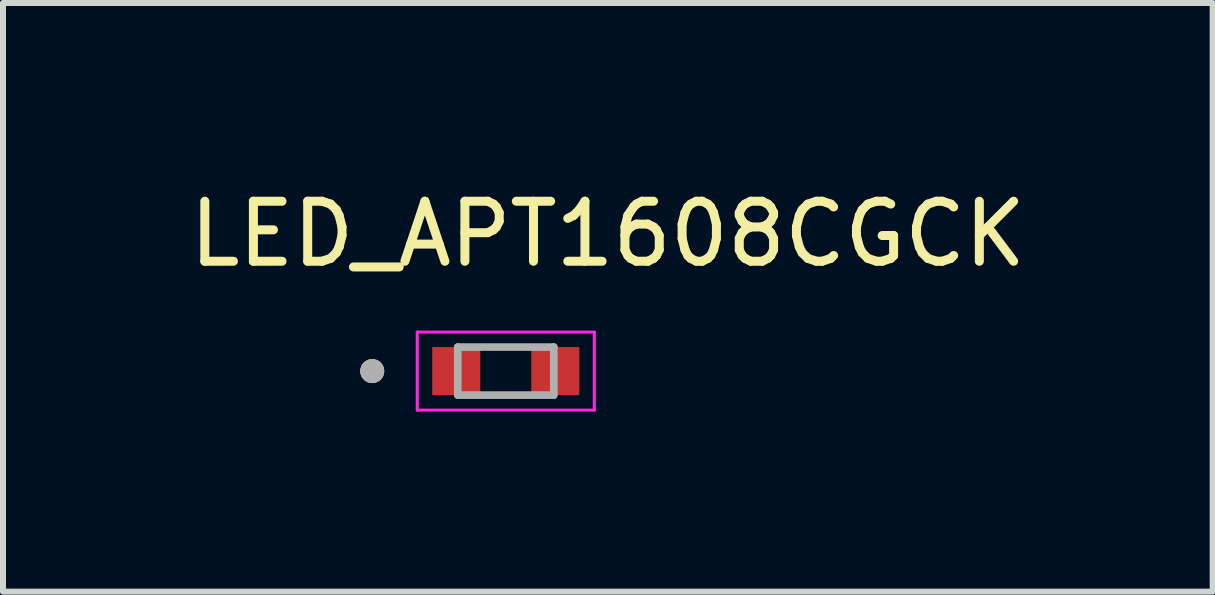
<source format=kicad_pcb>
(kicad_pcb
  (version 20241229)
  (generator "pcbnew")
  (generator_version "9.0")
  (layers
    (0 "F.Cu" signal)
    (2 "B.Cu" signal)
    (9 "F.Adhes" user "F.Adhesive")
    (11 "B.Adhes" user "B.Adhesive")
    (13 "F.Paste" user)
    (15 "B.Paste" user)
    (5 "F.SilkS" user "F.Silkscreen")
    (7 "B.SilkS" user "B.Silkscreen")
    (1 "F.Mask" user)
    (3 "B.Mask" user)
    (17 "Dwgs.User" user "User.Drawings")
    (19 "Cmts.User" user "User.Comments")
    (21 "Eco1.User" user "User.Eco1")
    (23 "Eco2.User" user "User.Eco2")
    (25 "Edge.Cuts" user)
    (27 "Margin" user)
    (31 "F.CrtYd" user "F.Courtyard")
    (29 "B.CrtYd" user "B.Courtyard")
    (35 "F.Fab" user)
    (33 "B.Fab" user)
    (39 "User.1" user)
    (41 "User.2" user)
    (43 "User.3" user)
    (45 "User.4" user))
  (footprint "LED_APT1608CGCK"
    (layer "F.Cu")
    (at 5.377 3.133)
    (property "Reference" "LED_APT1608CGCK" (at 1.7 -2.285 0) (layer "F.SilkS") (effects (font (size 1 1) (thickness 0.15))))
    (attr smd)
    (fp_circle (center -2.225 0) (end -2.125 0) (stroke (width 0.2) (type solid)) (fill no) (layer "F.SilkS"))
    (fp_line (start -1.475 -0.65) (end -1.475 0.65) (stroke (width 0.05) (type solid)) (layer "F.CrtYd"))
    (fp_line (start -1.475 0.65) (end 1.475 0.65) (stroke (width 0.05) (type solid)) (layer "F.CrtYd"))
    (fp_line (start 1.475 -0.65) (end -1.475 -0.65) (stroke (width 0.05) (type solid)) (layer "F.CrtYd"))
    (fp_line (start 1.475 0.65) (end 1.475 -0.65) (stroke (width 0.05) (type solid)) (layer "F.CrtYd"))
    (fp_line (start -0.8 -0.4) (end 0.8 -0.4) (stroke (width 0.127) (type solid)) (layer "F.Fab"))
    (fp_line (start -0.8 0.4) (end -0.8 -0.4) (stroke (width 0.127) (type solid)) (layer "F.Fab"))
    (fp_line (start 0.8 -0.4) (end 0.8 0.4) (stroke (width 0.127) (type solid)) (layer "F.Fab"))
    (fp_line (start 0.8 0.4) (end -0.8 0.4) (stroke (width 0.127) (type solid)) (layer "F.Fab"))
    (fp_circle (center -2.225 0) (end -2.125 0) (stroke (width 0.2) (type solid)) (fill no) (layer "F.Fab"))
    (pad "1" smd rect (at -0.825 0) (size 0.8 0.8) (layers "F.Cu" "F.Mask" "F.Paste"))
    (pad "2" smd rect (at 0.825 0) (size 0.8 0.8) (layers "F.Cu" "F.Mask" "F.Paste")))
  (gr_rect
    (start -3 -3)
    (end 17.155 6.808)
    (stroke (width 0.1) (type default))
    (fill no)
    (layer "Edge.Cuts")))
</source>
